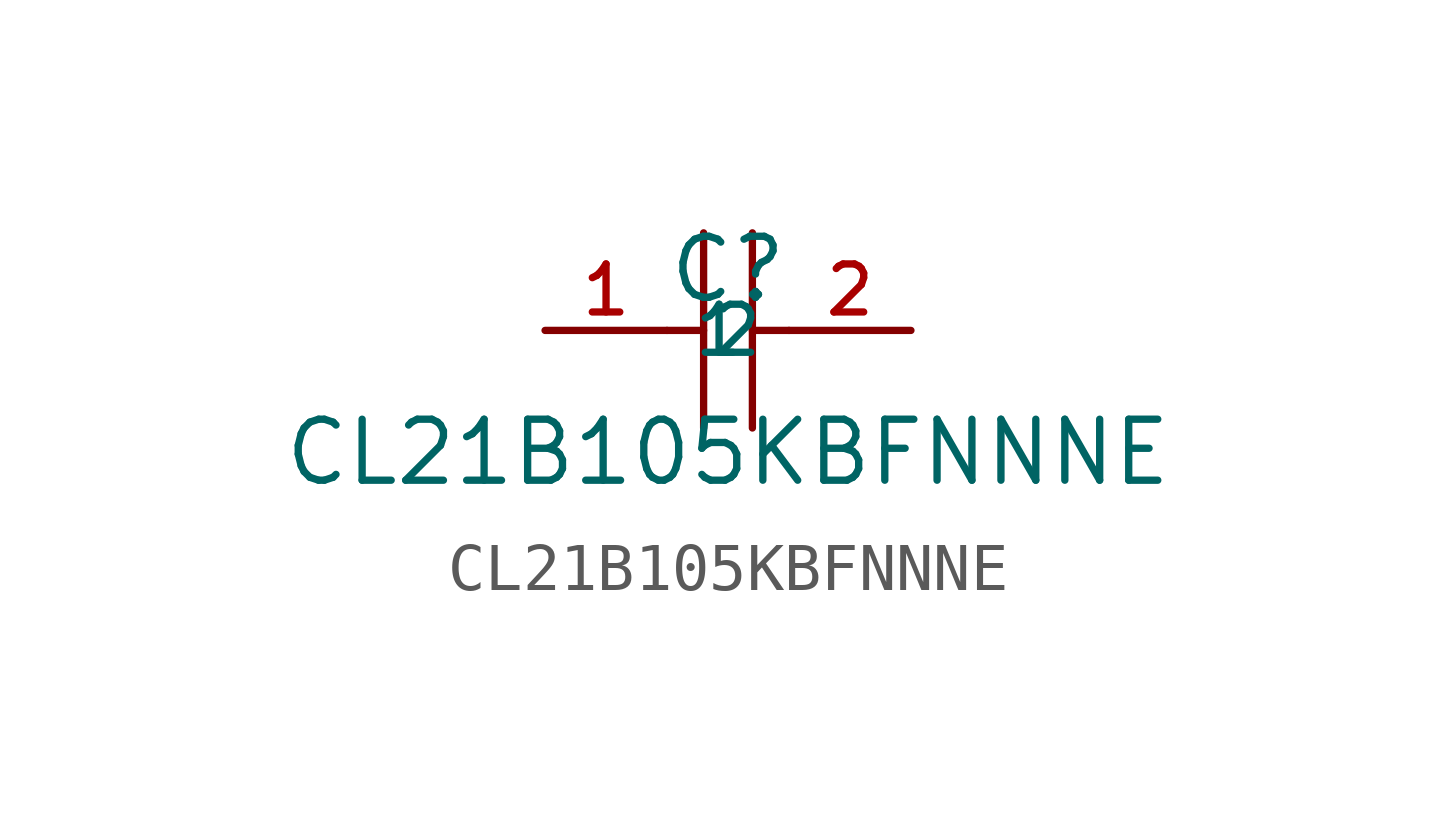
<source format=kicad_sym>
(kicad_symbol_lib
  (version 20210201)
  (generator TousstNicolas/JLC2KiCad_lib)
  (symbol "CL21B105KBFNNNE"
    (property "Reference" "C"
      (at 0 1.27 0)
      (effects (font (size 1.27 1.27))))
    (property "Value" "CL21B105KBFNNNE"
      (at 0 -2.54 0)
      (effects (font (size 1.27 1.27))))
    (symbol "CL21B105KBFNNNE_0_1"
      (polyline (pts (xy -0.508 2.032) (xy -0.508 -2.032)) (stroke (width 0) (type default) (color 0 0 0 0)) (fill (type none)))
      (polyline (pts (xy 0.508 2.032) (xy 0.508 -2.032)) (stroke (width 0) (type default) (color 0 0 0 0)) (fill (type none)))
      (pin input line (at -3.81 -0.0 0) (length 2.54) (name "1" (effects (font (size 1 1)))) (number "1" (effects (font (size 1 1)))))
      (pin input line (at 3.81 -0.0 180) (length 2.54) (name "2" (effects (font (size 1 1)))) (number "2" (effects (font (size 1 1)))))
      (polyline (pts (xy -1.27 -0.0) (xy -0.508 -0.0)) (stroke (width 0) (type default) (color 0 0 0 0)) (fill (type none)))
      (polyline (pts (xy 0.508 -0.0) (xy 1.27 -0.0)) (stroke (width 0) (type default) (color 0 0 0 0)) (fill (type none))))))
</source>
